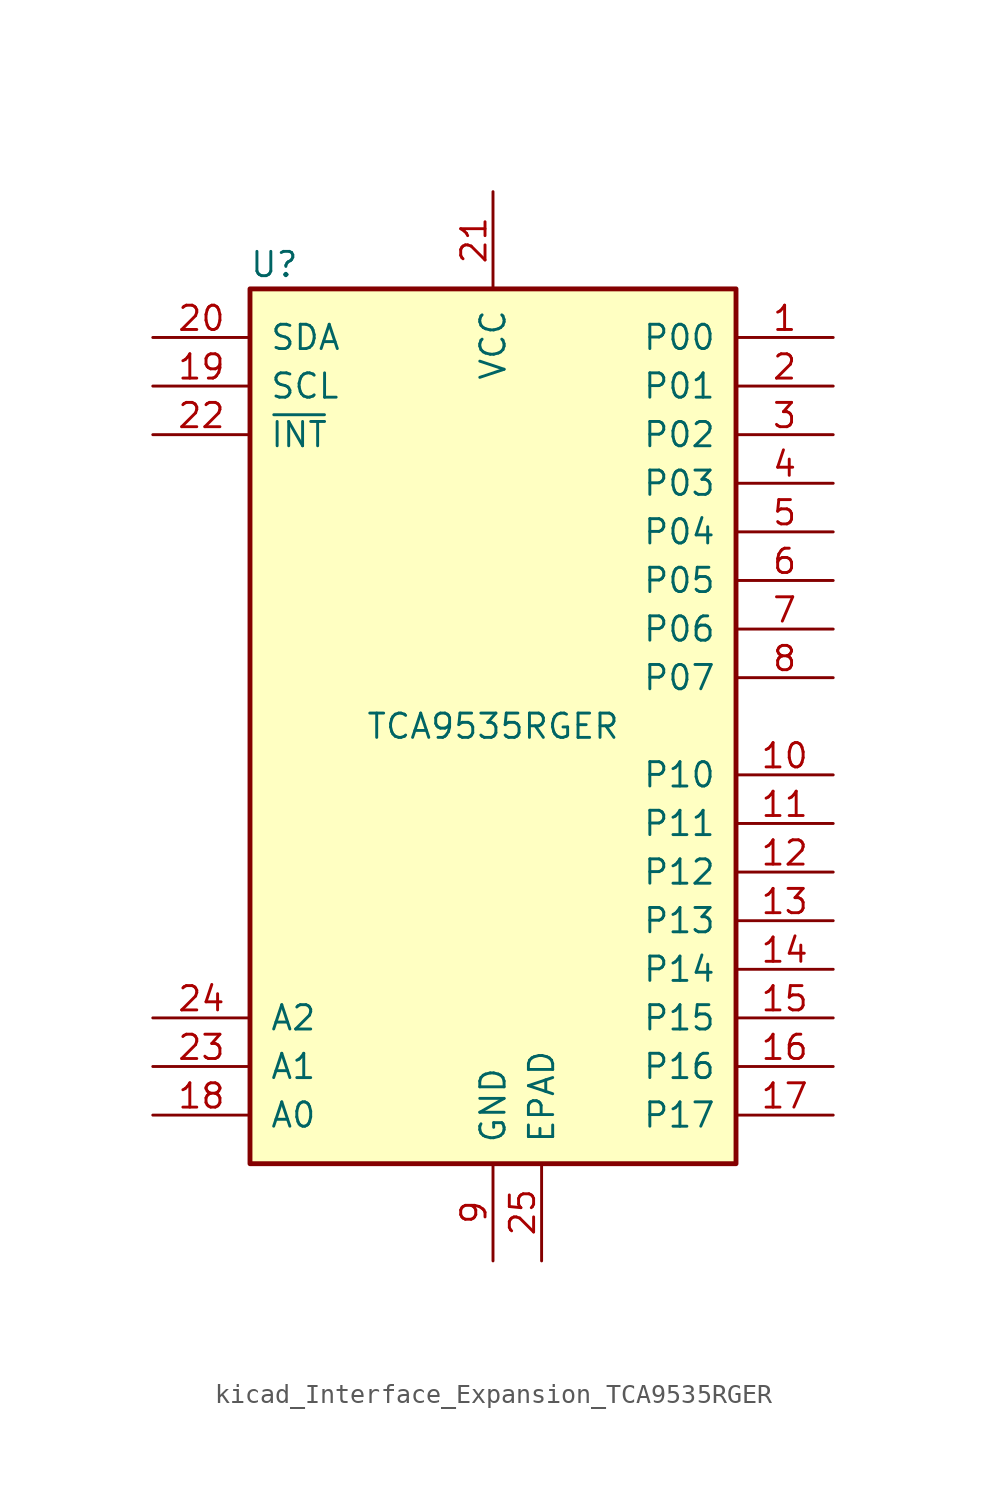
<source format=kicad_sym>
(kicad_symbol_lib
  (version 20220914)
  (generator kicad_symbol_editor)
  (symbol "kicad_Interface_Expansion_TCA9535RGER"
    (pin_names
      (offset 1.016))
    (property "Reference" "U"
      (at -11.43 24.13 0)
      (effects (font (size 1.27 1.27))))
    (property "Value" "TCA9535RGER"
      (at 0 0 0)
      (effects (font (size 1.27 1.27))))
    (symbol "kicad_Interface_Expansion_TCA9535RGER_0_1"
      (rectangle (start -12.7 22.86) (end 12.7 -22.86) (stroke (width 0.254) (type default)) (fill (type background))))
    (symbol "kicad_Interface_Expansion_TCA9535RGER_1_1"
      (pin bidirectional line (at 17.78 20.32 180) (length 5.08) (name "P00" (effects (font (size 1.27 1.27)))) (number "1" (effects (font (size 1.27 1.27)))))
      (pin bidirectional line (at 17.78 -2.54 180) (length 5.08) (name "P10" (effects (font (size 1.27 1.27)))) (number "10" (effects (font (size 1.27 1.27)))))
      (pin bidirectional line (at 17.78 -5.08 180) (length 5.08) (name "P11" (effects (font (size 1.27 1.27)))) (number "11" (effects (font (size 1.27 1.27)))))
      (pin bidirectional line (at 17.78 -7.62 180) (length 5.08) (name "P12" (effects (font (size 1.27 1.27)))) (number "12" (effects (font (size 1.27 1.27)))))
      (pin bidirectional line (at 17.78 -10.16 180) (length 5.08) (name "P13" (effects (font (size 1.27 1.27)))) (number "13" (effects (font (size 1.27 1.27)))))
      (pin bidirectional line (at 17.78 -12.7 180) (length 5.08) (name "P14" (effects (font (size 1.27 1.27)))) (number "14" (effects (font (size 1.27 1.27)))))
      (pin bidirectional line (at 17.78 -15.24 180) (length 5.08) (name "P15" (effects (font (size 1.27 1.27)))) (number "15" (effects (font (size 1.27 1.27)))))
      (pin bidirectional line (at 17.78 -17.78 180) (length 5.08) (name "P16" (effects (font (size 1.27 1.27)))) (number "16" (effects (font (size 1.27 1.27)))))
      (pin bidirectional line (at 17.78 -20.32 180) (length 5.08) (name "P17" (effects (font (size 1.27 1.27)))) (number "17" (effects (font (size 1.27 1.27)))))
      (pin input line (at -17.78 -20.32 0) (length 5.08) (name "A0" (effects (font (size 1.27 1.27)))) (number "18" (effects (font (size 1.27 1.27)))))
      (pin input line (at -17.78 17.78 0) (length 5.08) (name "SCL" (effects (font (size 1.27 1.27)))) (number "19" (effects (font (size 1.27 1.27)))))
      (pin bidirectional line (at 17.78 17.78 180) (length 5.08) (name "P01" (effects (font (size 1.27 1.27)))) (number "2" (effects (font (size 1.27 1.27)))))
      (pin bidirectional line (at -17.78 20.32 0) (length 5.08) (name "SDA" (effects (font (size 1.27 1.27)))) (number "20" (effects (font (size 1.27 1.27)))))
      (pin power_in line (at 0 27.94 270) (length 5.08) (name "VCC" (effects (font (size 1.27 1.27)))) (number "21" (effects (font (size 1.27 1.27)))))
      (pin open_collector line (at -17.78 15.24 0) (length 5.08) (name "~{INT}" (effects (font (size 1.27 1.27)))) (number "22" (effects (font (size 1.27 1.27)))))
      (pin input line (at -17.78 -17.78 0) (length 5.08) (name "A1" (effects (font (size 1.27 1.27)))) (number "23" (effects (font (size 1.27 1.27)))))
      (pin input line (at -17.78 -15.24 0) (length 5.08) (name "A2" (effects (font (size 1.27 1.27)))) (number "24" (effects (font (size 1.27 1.27)))))
      (pin input line (at 2.54 -27.94 90) (length 5.08) (name "EPAD" (effects (font (size 1.27 1.27)))) (number "25" (effects (font (size 1.27 1.27)))))
      (pin bidirectional line (at 17.78 15.24 180) (length 5.08) (name "P02" (effects (font (size 1.27 1.27)))) (number "3" (effects (font (size 1.27 1.27)))))
      (pin bidirectional line (at 17.78 12.7 180) (length 5.08) (name "P03" (effects (font (size 1.27 1.27)))) (number "4" (effects (font (size 1.27 1.27)))))
      (pin bidirectional line (at 17.78 10.16 180) (length 5.08) (name "P04" (effects (font (size 1.27 1.27)))) (number "5" (effects (font (size 1.27 1.27)))))
      (pin bidirectional line (at 17.78 7.62 180) (length 5.08) (name "P05" (effects (font (size 1.27 1.27)))) (number "6" (effects (font (size 1.27 1.27)))))
      (pin bidirectional line (at 17.78 5.08 180) (length 5.08) (name "P06" (effects (font (size 1.27 1.27)))) (number "7" (effects (font (size 1.27 1.27)))))
      (pin bidirectional line (at 17.78 2.54 180) (length 5.08) (name "P07" (effects (font (size 1.27 1.27)))) (number "8" (effects (font (size 1.27 1.27)))))
      (pin power_in line (at 0 -27.94 90) (length 5.08) (name "GND" (effects (font (size 1.27 1.27)))) (number "9" (effects (font (size 1.27 1.27))))))))
</source>
